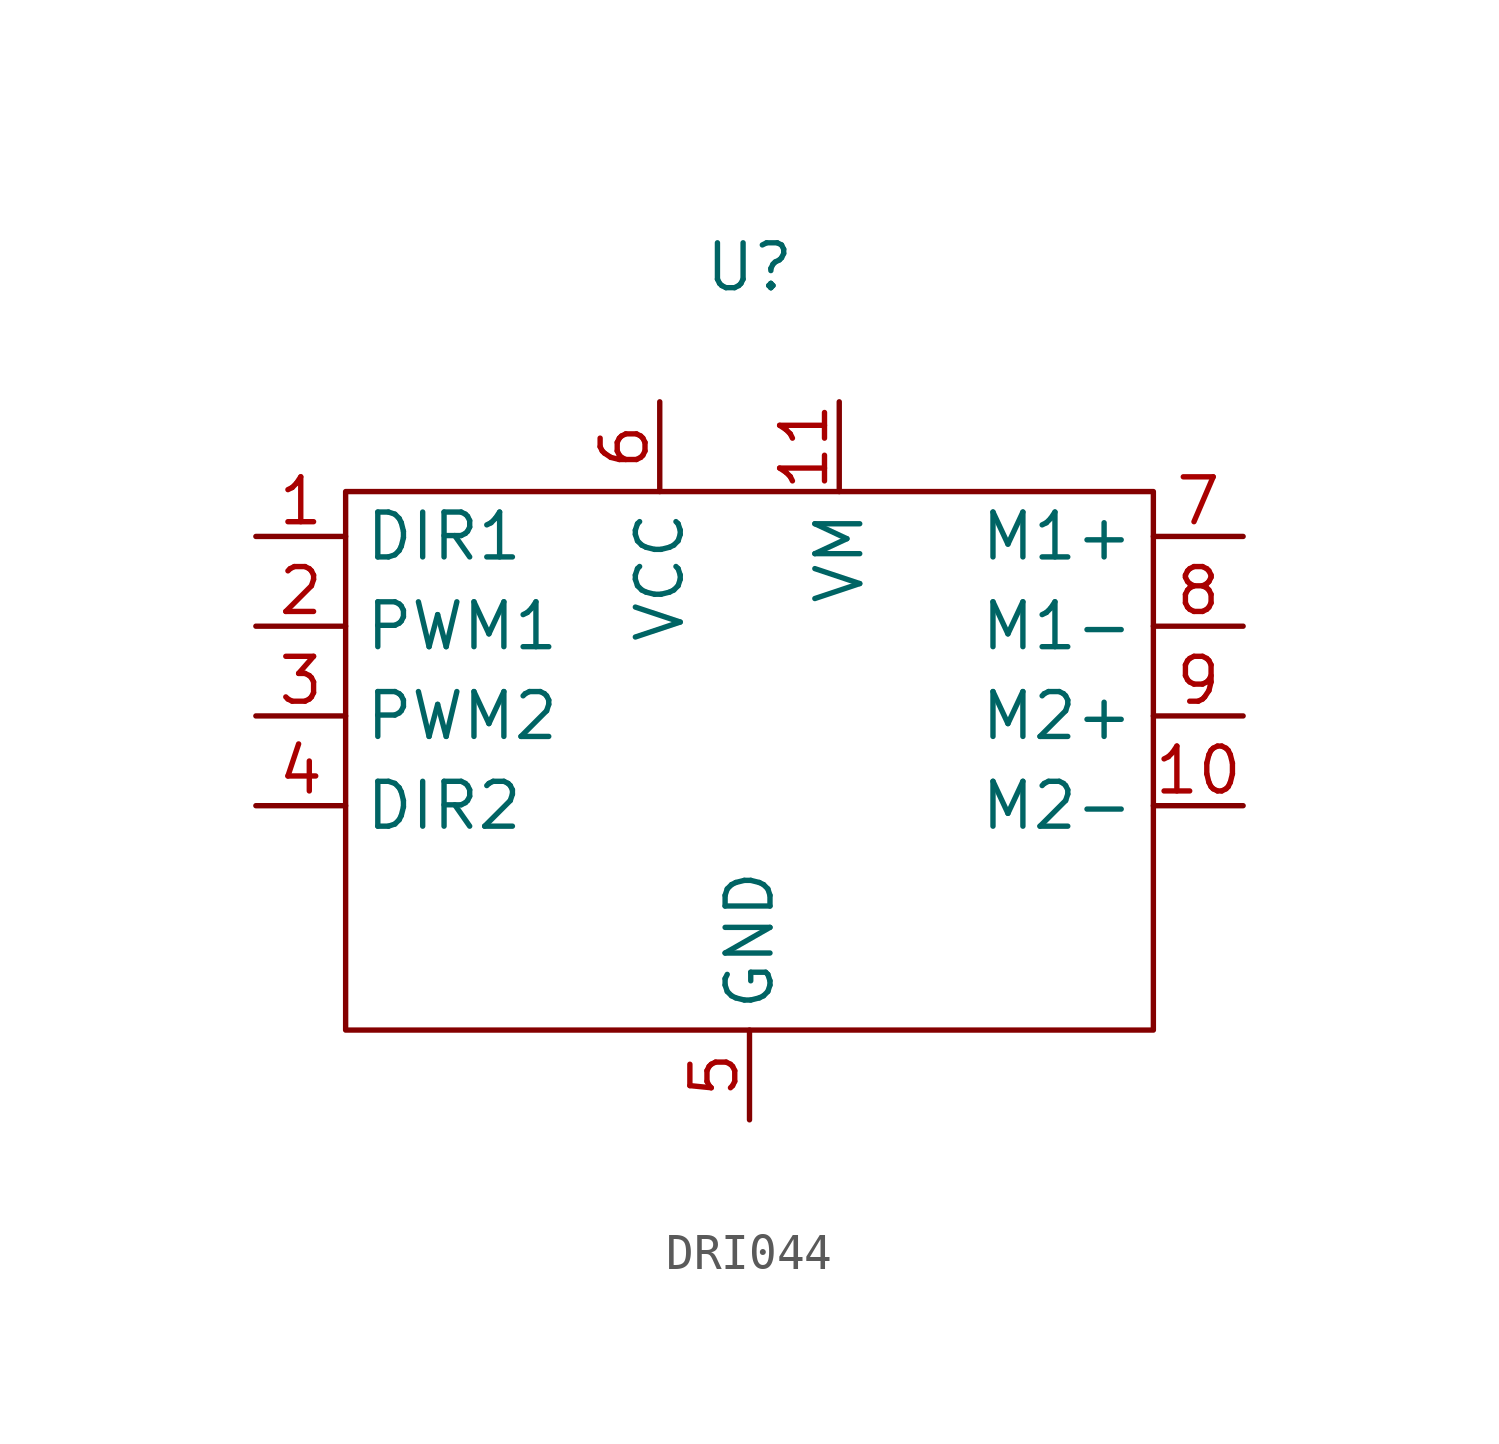
<source format=kicad_sym>
(kicad_symbol_lib
  (version 20241209)
  (generator "kicad_symbol_editor")
  (generator_version "9.0")
  (symbol "DRI044"
    (property "Reference" "U"
      (at 0 13.97 0)
      (effects (font (size 1.27 1.27))))
    (property "Value" ""
      (at 0 0 0)
      (effects (font (size 1.27 1.27))))
    (symbol "DRI044_0_1"
      (rectangle (start -11.43 7.62) (end 11.43 -7.62) (stroke (width 0) (type default)) (fill (type none))))
    (symbol "DRI044_1_1"
      (pin input line (at -13.97 6.35 0) (length 2.54) (name "DIR1" (effects (font (size 1.27 1.27)))) (number "1" (effects (font (size 1.27 1.27)))))
      (pin input line (at -13.97 3.81 0) (length 2.54) (name "PWM1" (effects (font (size 1.27 1.27)))) (number "2" (effects (font (size 1.27 1.27)))))
      (pin input line (at -13.97 1.27 0) (length 2.54) (name "PWM2" (effects (font (size 1.27 1.27)))) (number "3" (effects (font (size 1.27 1.27)))))
      (pin input line (at -13.97 -1.27 0) (length 2.54) (name "DIR2" (effects (font (size 1.27 1.27)))) (number "4" (effects (font (size 1.27 1.27)))))
      (pin power_in line (at -2.54 10.16 270) (length 2.54) (name "VCC" (effects (font (size 1.27 1.27)))) (number "6" (effects (font (size 1.27 1.27)))))
      (pin power_in line (at 0 -10.16 90) (length 2.54) (name "GND" (effects (font (size 1.27 1.27)))) (number "5" (effects (font (size 1.27 1.27)))))
      (pin power_in line (at 2.54 10.16 270) (length 2.54) (name "VM" (effects (font (size 1.27 1.27)))) (number "11" (effects (font (size 1.27 1.27)))))
      (pin output line (at 13.97 6.35 180) (length 2.54) (name "M1+" (effects (font (size 1.27 1.27)))) (number "7" (effects (font (size 1.27 1.27)))))
      (pin output line (at 13.97 3.81 180) (length 2.54) (name "M1-" (effects (font (size 1.27 1.27)))) (number "8" (effects (font (size 1.27 1.27)))))
      (pin output line (at 13.97 1.27 180) (length 2.54) (name "M2+" (effects (font (size 1.27 1.27)))) (number "9" (effects (font (size 1.27 1.27)))))
      (pin output line (at 13.97 -1.27 180) (length 2.54) (name "M2-" (effects (font (size 1.27 1.27)))) (number "10" (effects (font (size 1.27 1.27))))))))
</source>
